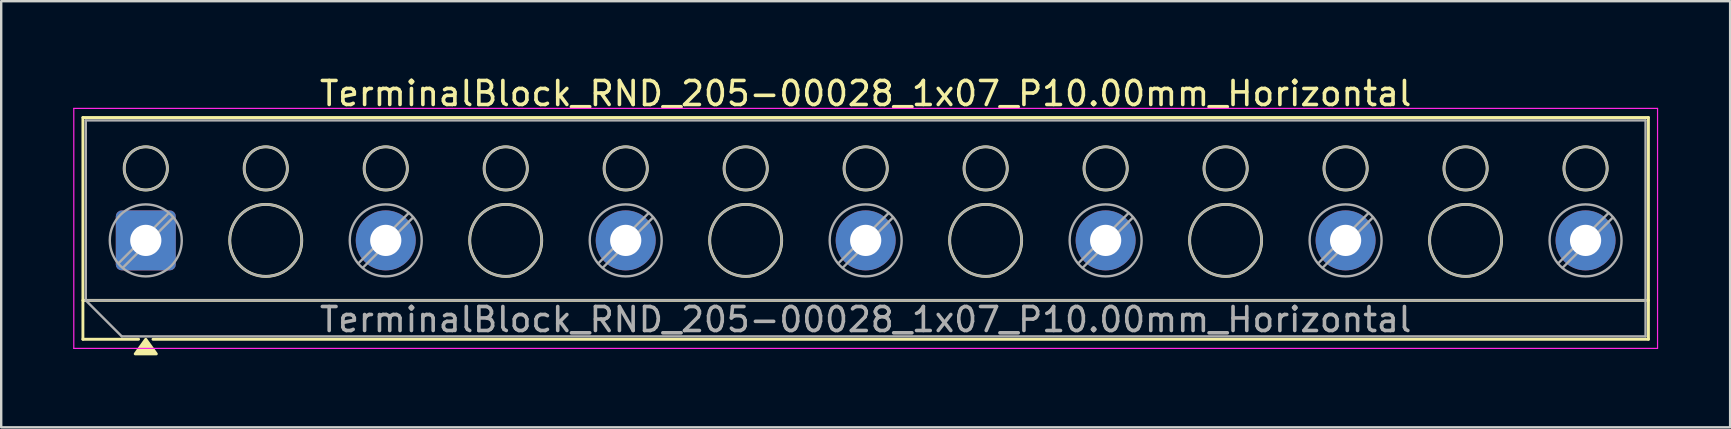
<source format=kicad_pcb>
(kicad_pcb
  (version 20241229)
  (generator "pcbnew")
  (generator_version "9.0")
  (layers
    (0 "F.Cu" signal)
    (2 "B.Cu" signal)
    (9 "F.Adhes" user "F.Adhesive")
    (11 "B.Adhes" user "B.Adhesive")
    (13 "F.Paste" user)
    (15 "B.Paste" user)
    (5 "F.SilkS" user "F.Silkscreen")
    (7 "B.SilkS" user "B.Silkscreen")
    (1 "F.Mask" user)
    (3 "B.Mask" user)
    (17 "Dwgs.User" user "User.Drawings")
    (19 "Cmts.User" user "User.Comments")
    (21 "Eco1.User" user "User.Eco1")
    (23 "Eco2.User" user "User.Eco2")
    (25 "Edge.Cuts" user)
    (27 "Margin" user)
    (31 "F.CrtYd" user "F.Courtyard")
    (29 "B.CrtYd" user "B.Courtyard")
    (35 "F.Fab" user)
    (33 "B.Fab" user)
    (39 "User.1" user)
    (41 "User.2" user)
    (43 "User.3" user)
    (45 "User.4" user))
  (footprint "TerminalBlock_RND_205-00028_1x07_P10.00mm_Horizontal"
    (layer "F.Cu")
    (at 3.025 6.968)
    (property "Reference" "TerminalBlock_RND_205-00028_1x07_P10.00mm_Horizontal" (at 30 -6.12 0) (layer "F.SilkS") (effects (font (size 1 1) (thickness 0.15))))
    (attr through_hole)
    (fp_line (start -2.62 -5.12) (end -2.62 4.12) (stroke (width 0.12) (type solid)) (layer "F.SilkS"))
    (fp_line (start -2.62 -5.12) (end 62.62 -5.12) (stroke (width 0.12) (type solid)) (layer "F.SilkS"))
    (fp_line (start -2.62 2.5) (end 62.62 2.5) (stroke (width 0.12) (type solid)) (layer "F.SilkS"))
    (fp_line (start -2.62 4.12) (end -0.3 4.12) (stroke (width 0.12) (type solid)) (layer "F.SilkS"))
    (fp_line (start 0.3 4.12) (end 62.62 4.12) (stroke (width 0.12) (type solid)) (layer "F.SilkS"))
    (fp_line (start 62.62 -5.12) (end 62.62 4.12) (stroke (width 0.12) (type solid)) (layer "F.SilkS"))
    (fp_circle (center 0 -3) (end 0.9 -3) (stroke (width 0.12) (type solid)) (fill no) (layer "F.SilkS"))
    (fp_circle (center 5 -3) (end 5.9 -3) (stroke (width 0.12) (type solid)) (fill no) (layer "F.SilkS"))
    (fp_circle (center 5 0) (end 6.5 0) (stroke (width 0.12) (type solid)) (fill no) (layer "F.SilkS"))
    (fp_circle (center 10 -3) (end 10.9 -3) (stroke (width 0.12) (type solid)) (fill no) (layer "F.SilkS"))
    (fp_circle (center 15 -3) (end 15.9 -3) (stroke (width 0.12) (type solid)) (fill no) (layer "F.SilkS"))
    (fp_circle (center 15 0) (end 16.5 0) (stroke (width 0.12) (type solid)) (fill no) (layer "F.SilkS"))
    (fp_circle (center 20 -3) (end 20.9 -3) (stroke (width 0.12) (type solid)) (fill no) (layer "F.SilkS"))
    (fp_circle (center 25 -3) (end 25.9 -3) (stroke (width 0.12) (type solid)) (fill no) (layer "F.SilkS"))
    (fp_circle (center 25 0) (end 26.5 0) (stroke (width 0.12) (type solid)) (fill no) (layer "F.SilkS"))
    (fp_circle (center 30 -3) (end 30.9 -3) (stroke (width 0.12) (type solid)) (fill no) (layer "F.SilkS"))
    (fp_circle (center 35 -3) (end 35.9 -3) (stroke (width 0.12) (type solid)) (fill no) (layer "F.SilkS"))
    (fp_circle (center 35 0) (end 36.5 0) (stroke (width 0.12) (type solid)) (fill no) (layer "F.SilkS"))
    (fp_circle (center 40 -3) (end 40.9 -3) (stroke (width 0.12) (type solid)) (fill no) (layer "F.SilkS"))
    (fp_circle (center 45 -3) (end 45.9 -3) (stroke (width 0.12) (type solid)) (fill no) (layer "F.SilkS"))
    (fp_circle (center 45 0) (end 46.5 0) (stroke (width 0.12) (type solid)) (fill no) (layer "F.SilkS"))
    (fp_circle (center 50 -3) (end 50.9 -3) (stroke (width 0.12) (type solid)) (fill no) (layer "F.SilkS"))
    (fp_circle (center 55 -3) (end 55.9 -3) (stroke (width 0.12) (type solid)) (fill no) (layer "F.SilkS"))
    (fp_circle (center 55 0) (end 56.5 0) (stroke (width 0.12) (type solid)) (fill no) (layer "F.SilkS"))
    (fp_circle (center 60 -3) (end 60.9 -3) (stroke (width 0.12) (type solid)) (fill no) (layer "F.SilkS"))
    (fp_poly (pts (xy 0 4.12) (xy 0.44 4.73) (xy -0.44 4.73)) (stroke (width 0.12) (type solid)) (fill yes) (layer "F.SilkS"))
    (fp_line (start -3 -5.5) (end -3 4.5) (stroke (width 0.05) (type solid)) (layer "F.CrtYd"))
    (fp_line (start -3 4.5) (end 63 4.5) (stroke (width 0.05) (type solid)) (layer "F.CrtYd"))
    (fp_line (start 63 -5.5) (end -3 -5.5) (stroke (width 0.05) (type solid)) (layer "F.CrtYd"))
    (fp_line (start 63 4.5) (end 63 -5.5) (stroke (width 0.05) (type solid)) (layer "F.CrtYd"))
    (fp_line (start -2.5 -5) (end 62.5 -5) (stroke (width 0.1) (type solid)) (layer "F.Fab"))
    (fp_line (start -2.5 2.5) (end -2.5 -5) (stroke (width 0.1) (type solid)) (layer "F.Fab"))
    (fp_line (start -2.5 2.5) (end 62.5 2.5) (stroke (width 0.1) (type solid)) (layer "F.Fab"))
    (fp_line (start -1 4) (end -2.5 2.5) (stroke (width 0.1) (type solid)) (layer "F.Fab"))
    (fp_line (start 0.955 -1.138) (end -1.138 0.954) (stroke (width 0.1) (type solid)) (layer "F.Fab"))
    (fp_line (start 1.138 -0.954) (end -0.955 1.137) (stroke (width 0.1) (type solid)) (layer "F.Fab"))
    (fp_line (start 10.955 -1.138) (end 8.862 0.954) (stroke (width 0.1) (type solid)) (layer "F.Fab"))
    (fp_line (start 11.138 -0.954) (end 9.045 1.137) (stroke (width 0.1) (type solid)) (layer "F.Fab"))
    (fp_line (start 20.955 -1.138) (end 18.862 0.954) (stroke (width 0.1) (type solid)) (layer "F.Fab"))
    (fp_line (start 21.138 -0.954) (end 19.045 1.137) (stroke (width 0.1) (type solid)) (layer "F.Fab"))
    (fp_line (start 30.955 -1.138) (end 28.862 0.954) (stroke (width 0.1) (type solid)) (layer "F.Fab"))
    (fp_line (start 31.138 -0.954) (end 29.045 1.137) (stroke (width 0.1) (type solid)) (layer "F.Fab"))
    (fp_line (start 40.955 -1.138) (end 38.862 0.954) (stroke (width 0.1) (type solid)) (layer "F.Fab"))
    (fp_line (start 41.138 -0.954) (end 39.045 1.137) (stroke (width 0.1) (type solid)) (layer "F.Fab"))
    (fp_line (start 50.955 -1.138) (end 48.862 0.954) (stroke (width 0.1) (type solid)) (layer "F.Fab"))
    (fp_line (start 51.138 -0.954) (end 49.045 1.137) (stroke (width 0.1) (type solid)) (layer "F.Fab"))
    (fp_line (start 60.955 -1.138) (end 58.862 0.954) (stroke (width 0.1) (type solid)) (layer "F.Fab"))
    (fp_line (start 61.138 -0.954) (end 59.045 1.137) (stroke (width 0.1) (type solid)) (layer "F.Fab"))
    (fp_line (start 62.5 -5) (end 62.5 4) (stroke (width 0.1) (type solid)) (layer "F.Fab"))
    (fp_line (start 62.5 4) (end -1 4) (stroke (width 0.1) (type solid)) (layer "F.Fab"))
    (fp_circle (center 0 -3) (end 0.9 -3) (stroke (width 0.1) (type solid)) (fill no) (layer "F.Fab"))
    (fp_circle (center 0 0) (end 1.5 0) (stroke (width 0.1) (type solid)) (fill no) (layer "F.Fab"))
    (fp_circle (center 5 -3) (end 5.9 -3) (stroke (width 0.1) (type solid)) (fill no) (layer "F.Fab"))
    (fp_circle (center 5 0) (end 6.5 0) (stroke (width 0.1) (type solid)) (fill no) (layer "F.Fab"))
    (fp_circle (center 10 -3) (end 10.9 -3) (stroke (width 0.1) (type solid)) (fill no) (layer "F.Fab"))
    (fp_circle (center 10 0) (end 11.5 0) (stroke (width 0.1) (type solid)) (fill no) (layer "F.Fab"))
    (fp_circle (center 15 -3) (end 15.9 -3) (stroke (width 0.1) (type solid)) (fill no) (layer "F.Fab"))
    (fp_circle (center 15 0) (end 16.5 0) (stroke (width 0.1) (type solid)) (fill no) (layer "F.Fab"))
    (fp_circle (center 20 -3) (end 20.9 -3) (stroke (width 0.1) (type solid)) (fill no) (layer "F.Fab"))
    (fp_circle (center 20 0) (end 21.5 0) (stroke (width 0.1) (type solid)) (fill no) (layer "F.Fab"))
    (fp_circle (center 25 -3) (end 25.9 -3) (stroke (width 0.1) (type solid)) (fill no) (layer "F.Fab"))
    (fp_circle (center 25 0) (end 26.5 0) (stroke (width 0.1) (type solid)) (fill no) (layer "F.Fab"))
    (fp_circle (center 30 -3) (end 30.9 -3) (stroke (width 0.1) (type solid)) (fill no) (layer "F.Fab"))
    (fp_circle (center 30 0) (end 31.5 0) (stroke (width 0.1) (type solid)) (fill no) (layer "F.Fab"))
    (fp_circle (center 35 -3) (end 35.9 -3) (stroke (width 0.1) (type solid)) (fill no) (layer "F.Fab"))
    (fp_circle (center 35 0) (end 36.5 0) (stroke (width 0.1) (type solid)) (fill no) (layer "F.Fab"))
    (fp_circle (center 40 -3) (end 40.9 -3) (stroke (width 0.1) (type solid)) (fill no) (layer "F.Fab"))
    (fp_circle (center 40 0) (end 41.5 0) (stroke (width 0.1) (type solid)) (fill no) (layer "F.Fab"))
    (fp_circle (center 45 -3) (end 45.9 -3) (stroke (width 0.1) (type solid)) (fill no) (layer "F.Fab"))
    (fp_circle (center 45 0) (end 46.5 0) (stroke (width 0.1) (type solid)) (fill no) (layer "F.Fab"))
    (fp_circle (center 50 -3) (end 50.9 -3) (stroke (width 0.1) (type solid)) (fill no) (layer "F.Fab"))
    (fp_circle (center 50 0) (end 51.5 0) (stroke (width 0.1) (type solid)) (fill no) (layer "F.Fab"))
    (fp_circle (center 55 -3) (end 55.9 -3) (stroke (width 0.1) (type solid)) (fill no) (layer "F.Fab"))
    (fp_circle (center 55 0) (end 56.5 0) (stroke (width 0.1) (type solid)) (fill no) (layer "F.Fab"))
    (fp_circle (center 60 -3) (end 60.9 -3) (stroke (width 0.1) (type solid)) (fill no) (layer "F.Fab"))
    (fp_circle (center 60 0) (end 61.5 0) (stroke (width 0.1) (type solid)) (fill no) (layer "F.Fab"))
    (fp_text user "${REFERENCE}" (at 30 3.3 0) (layer "F.Fab") (effects (font (size 1 1) (thickness 0.15))))
    (pad "1" thru_hole roundrect (at 0 0) (size 2.5 2.5) (drill 1.3) (layers "*.Cu" "*.Mask") (roundrect_rratio 0.1))
    (pad "2" thru_hole circle (at 10 0) (size 2.5 2.5) (drill 1.3) (layers "*.Cu" "*.Mask"))
    (pad "3" thru_hole circle (at 20 0) (size 2.5 2.5) (drill 1.3) (layers "*.Cu" "*.Mask"))
    (pad "4" thru_hole circle (at 30 0) (size 2.5 2.5) (drill 1.3) (layers "*.Cu" "*.Mask"))
    (pad "5" thru_hole circle (at 40 0) (size 2.5 2.5) (drill 1.3) (layers "*.Cu" "*.Mask"))
    (pad "6" thru_hole circle (at 50 0) (size 2.5 2.5) (drill 1.3) (layers "*.Cu" "*.Mask"))
    (pad "7" thru_hole circle (at 60 0) (size 2.5 2.5) (drill 1.3) (layers "*.Cu" "*.Mask")))
  (gr_rect
    (start -3 -3)
    (end 69.05 14.758)
    (stroke (width 0.1) (type default))
    (fill no)
    (layer "Edge.Cuts")))
</source>
